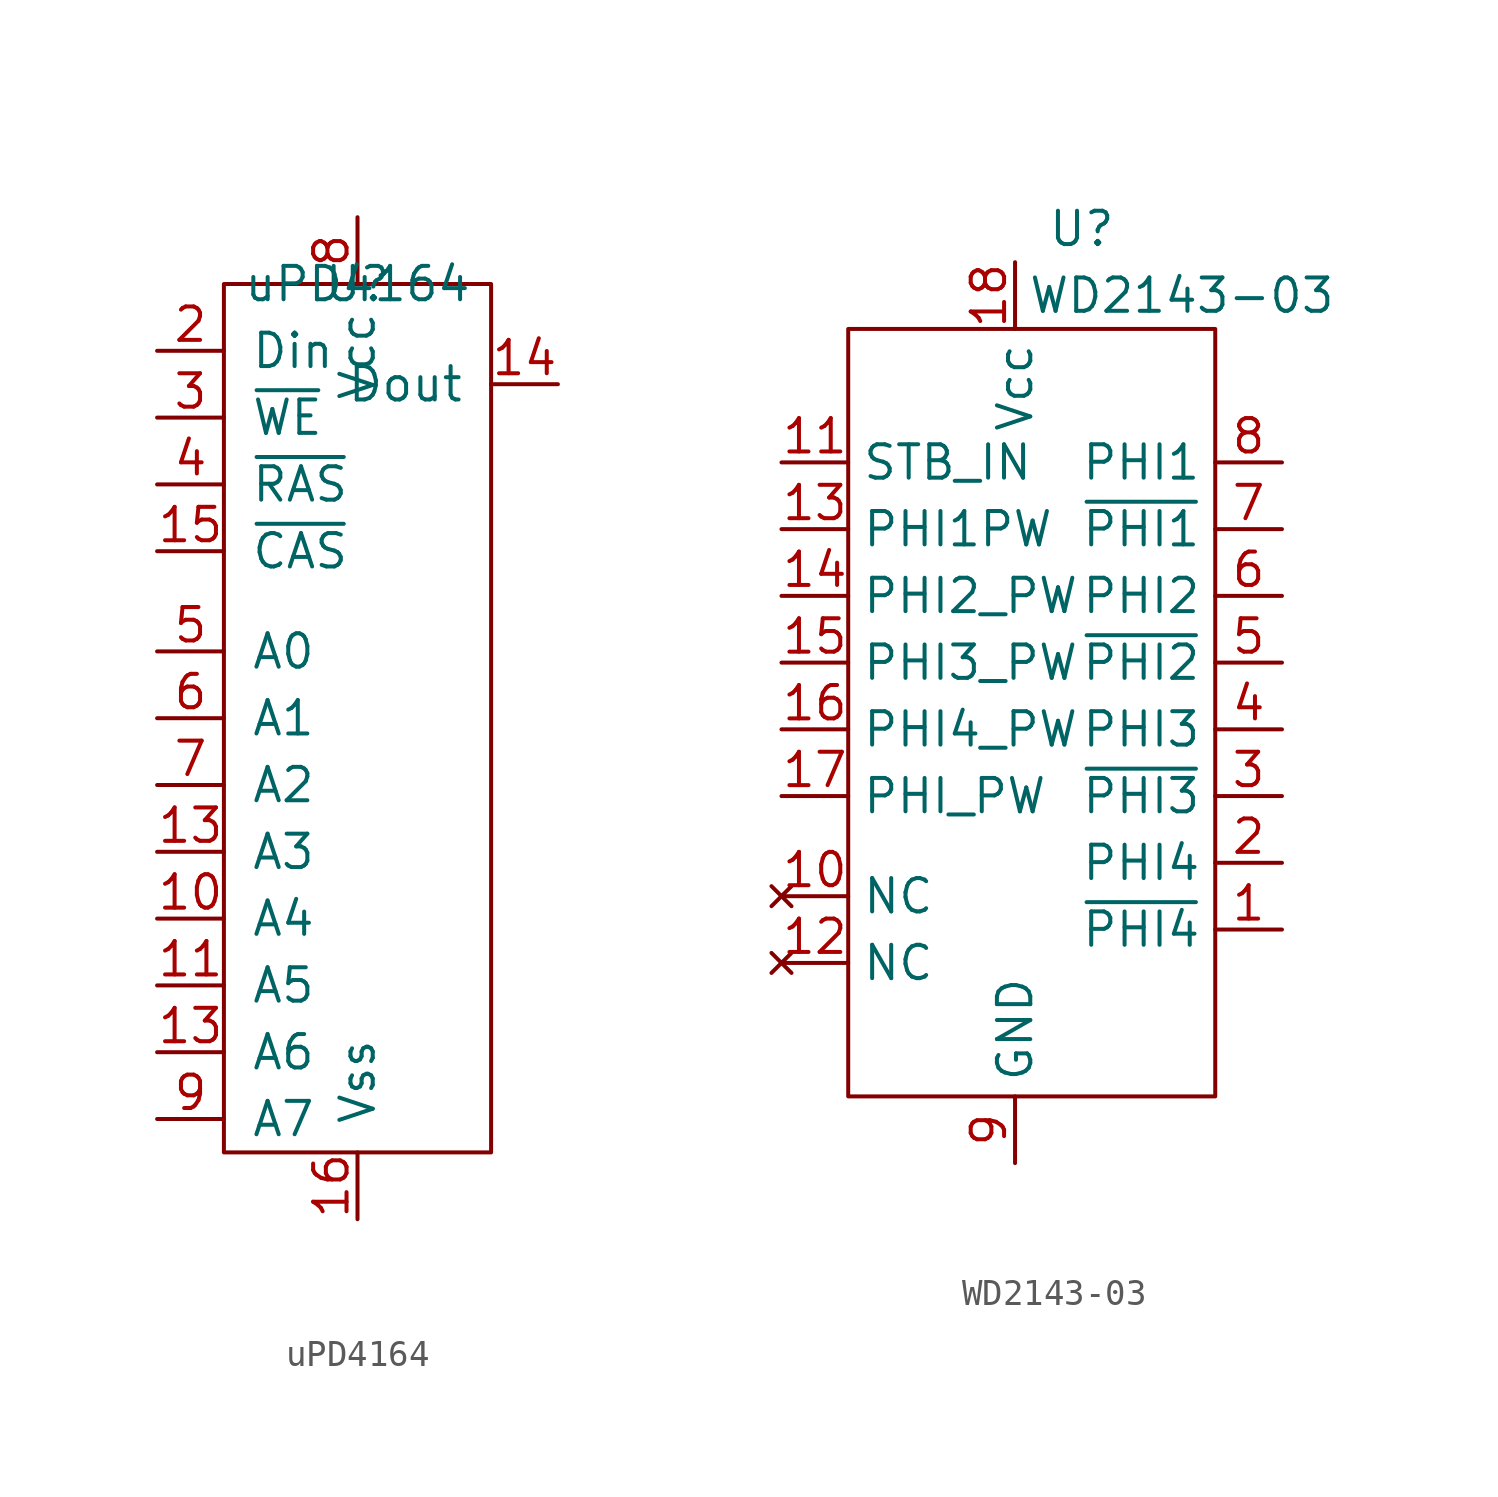
<source format=kicad_sym>
(kicad_symbol_lib
  (version 20231120)
  (generator "kicad_symbol_editor")
  (generator_version "8.0")
  (symbol "uPD4164"
    (pin_names
      (offset 1.016))
    (property "Reference" "U"
      (at 0 0 0)
      (effects (font (size 1.27 1.27))))
    (property "Value" "uPD4164"
      (at 0 0 0)
      (effects (font (size 1.27 1.27))))
    (symbol "uPD4164_0_1"
      (rectangle (start -5.08 0) (end 5.08 -33.02) (stroke (width 0) (type default)) (fill (type none))))
    (symbol "uPD4164_1_1"
      (pin input line (at -7.62 -24.13 0) (length 2.54) (name "A4" (effects (font (size 1.27 1.27)))) (number "10" (effects (font (size 1.27 1.27)))))
      (pin input line (at -7.62 -26.67 0) (length 2.54) (name "A5" (effects (font (size 1.27 1.27)))) (number "11" (effects (font (size 1.27 1.27)))))
      (pin input line (at -7.62 -21.59 0) (length 2.54) (name "A3" (effects (font (size 1.27 1.27)))) (number "13" (effects (font (size 1.27 1.27)))))
      (pin input line (at -7.62 -29.21 0) (length 2.54) (name "A6" (effects (font (size 1.27 1.27)))) (number "13" (effects (font (size 1.27 1.27)))))
      (pin output line (at 7.62 -3.81 180) (length 2.54) (name "Dout" (effects (font (size 1.27 1.27)))) (number "14" (effects (font (size 1.27 1.27)))))
      (pin input line (at -7.62 -10.16 0) (length 2.54) (name "~{CAS}" (effects (font (size 1.27 1.27)))) (number "15" (effects (font (size 1.27 1.27)))))
      (pin power_in line (at 0 -35.56 90) (length 2.54) (name "Vss" (effects (font (size 1.27 1.27)))) (number "16" (effects (font (size 1.27 1.27)))))
      (pin input line (at -7.62 -2.54 0) (length 2.54) (name "Din" (effects (font (size 1.27 1.27)))) (number "2" (effects (font (size 1.27 1.27)))))
      (pin input line (at -7.62 -5.08 0) (length 2.54) (name "~{WE}" (effects (font (size 1.27 1.27)))) (number "3" (effects (font (size 1.27 1.27)))))
      (pin input line (at -7.62 -7.62 0) (length 2.54) (name "~{RAS}" (effects (font (size 1.27 1.27)))) (number "4" (effects (font (size 1.27 1.27)))))
      (pin input line (at -7.62 -13.97 0) (length 2.54) (name "A0" (effects (font (size 1.27 1.27)))) (number "5" (effects (font (size 1.27 1.27)))))
      (pin input line (at -7.62 -16.51 0) (length 2.54) (name "A1" (effects (font (size 1.27 1.27)))) (number "6" (effects (font (size 1.27 1.27)))))
      (pin input line (at -7.62 -19.05 0) (length 2.54) (name "A2" (effects (font (size 1.27 1.27)))) (number "7" (effects (font (size 1.27 1.27)))))
      (pin power_in line (at 0 2.54 270) (length 2.54) (name "Vcc" (effects (font (size 1.27 1.27)))) (number "8" (effects (font (size 1.27 1.27)))))
      (pin input line (at -7.62 -31.75 0) (length 2.54) (name "A7" (effects (font (size 1.27 1.27)))) (number "9" (effects (font (size 1.27 1.27)))))))
  (symbol "WD2143-03"
    (property "Reference" "U"
      (at 2.54 3.81 0)
      (effects (font (size 1.27 1.27))))
    (property "Value" "WD2143-03"
      (at 6.35 1.27 0)
      (effects (font (size 1.27 1.27))))
    (symbol "WD2143-03_0_1"
      (rectangle (start -6.35 0) (end 7.62 -29.21) (stroke (width 0.152) (type default)) (fill (type none))))
    (symbol "WD2143-03_1_1"
      (pin output line (at 10.16 -22.86 180) (length 2.54) (name "~{PHI4}" (effects (font (size 1.27 1.27)))) (number "1" (effects (font (size 1.27 1.27)))))
      (pin no_connect line (at -8.89 -21.59 0) (length 2.54) (name "NC" (effects (font (size 1.27 1.27)))) (number "10" (effects (font (size 1.27 1.27)))))
      (pin input line (at -8.89 -5.08 0) (length 2.54) (name "STB_IN" (effects (font (size 1.27 1.27)))) (number "11" (effects (font (size 1.27 1.27)))))
      (pin no_connect line (at -8.89 -24.13 0) (length 2.54) (name "NC" (effects (font (size 1.27 1.27)))) (number "12" (effects (font (size 1.27 1.27)))))
      (pin input line (at -8.89 -7.62 0) (length 2.54) (name "PHI1PW" (effects (font (size 1.27 1.27)))) (number "13" (effects (font (size 1.27 1.27)))))
      (pin input line (at -8.89 -10.16 0) (length 2.54) (name "PHI2_PW" (effects (font (size 1.27 1.27)))) (number "14" (effects (font (size 1.27 1.27)))))
      (pin input line (at -8.89 -12.7 0) (length 2.54) (name "PHI3_PW" (effects (font (size 1.27 1.27)))) (number "15" (effects (font (size 1.27 1.27)))))
      (pin input line (at -8.89 -15.24 0) (length 2.54) (name "PHI4_PW" (effects (font (size 1.27 1.27)))) (number "16" (effects (font (size 1.27 1.27)))))
      (pin input line (at -8.89 -17.78 0) (length 2.54) (name "PHI_PW" (effects (font (size 1.27 1.27)))) (number "17" (effects (font (size 1.27 1.27)))))
      (pin power_in line (at 0 2.54 270) (length 2.54) (name "Vcc" (effects (font (size 1.27 1.27)))) (number "18" (effects (font (size 1.27 1.27)))))
      (pin output line (at 10.16 -20.32 180) (length 2.54) (name "PHI4" (effects (font (size 1.27 1.27)))) (number "2" (effects (font (size 1.27 1.27)))))
      (pin output line (at 10.16 -17.78 180) (length 2.54) (name "~{PHI3}" (effects (font (size 1.27 1.27)))) (number "3" (effects (font (size 1.27 1.27)))))
      (pin output line (at 10.16 -15.24 180) (length 2.54) (name "PHI3" (effects (font (size 1.27 1.27)))) (number "4" (effects (font (size 1.27 1.27)))))
      (pin output line (at 10.16 -12.7 180) (length 2.54) (name "~{PHI2}" (effects (font (size 1.27 1.27)))) (number "5" (effects (font (size 1.27 1.27)))))
      (pin output line (at 10.16 -10.16 180) (length 2.54) (name "PHI2" (effects (font (size 1.27 1.27)))) (number "6" (effects (font (size 1.27 1.27)))))
      (pin output line (at 10.16 -7.62 180) (length 2.54) (name "~{PHI1}" (effects (font (size 1.27 1.27)))) (number "7" (effects (font (size 1.27 1.27)))))
      (pin output line (at 10.16 -5.08 180) (length 2.54) (name "PHI1" (effects (font (size 1.27 1.27)))) (number "8" (effects (font (size 1.27 1.27)))))
      (pin power_in line (at 0 -31.75 90) (length 2.54) (name "GND" (effects (font (size 1.27 1.27)))) (number "9" (effects (font (size 1.27 1.27))))))))
</source>
